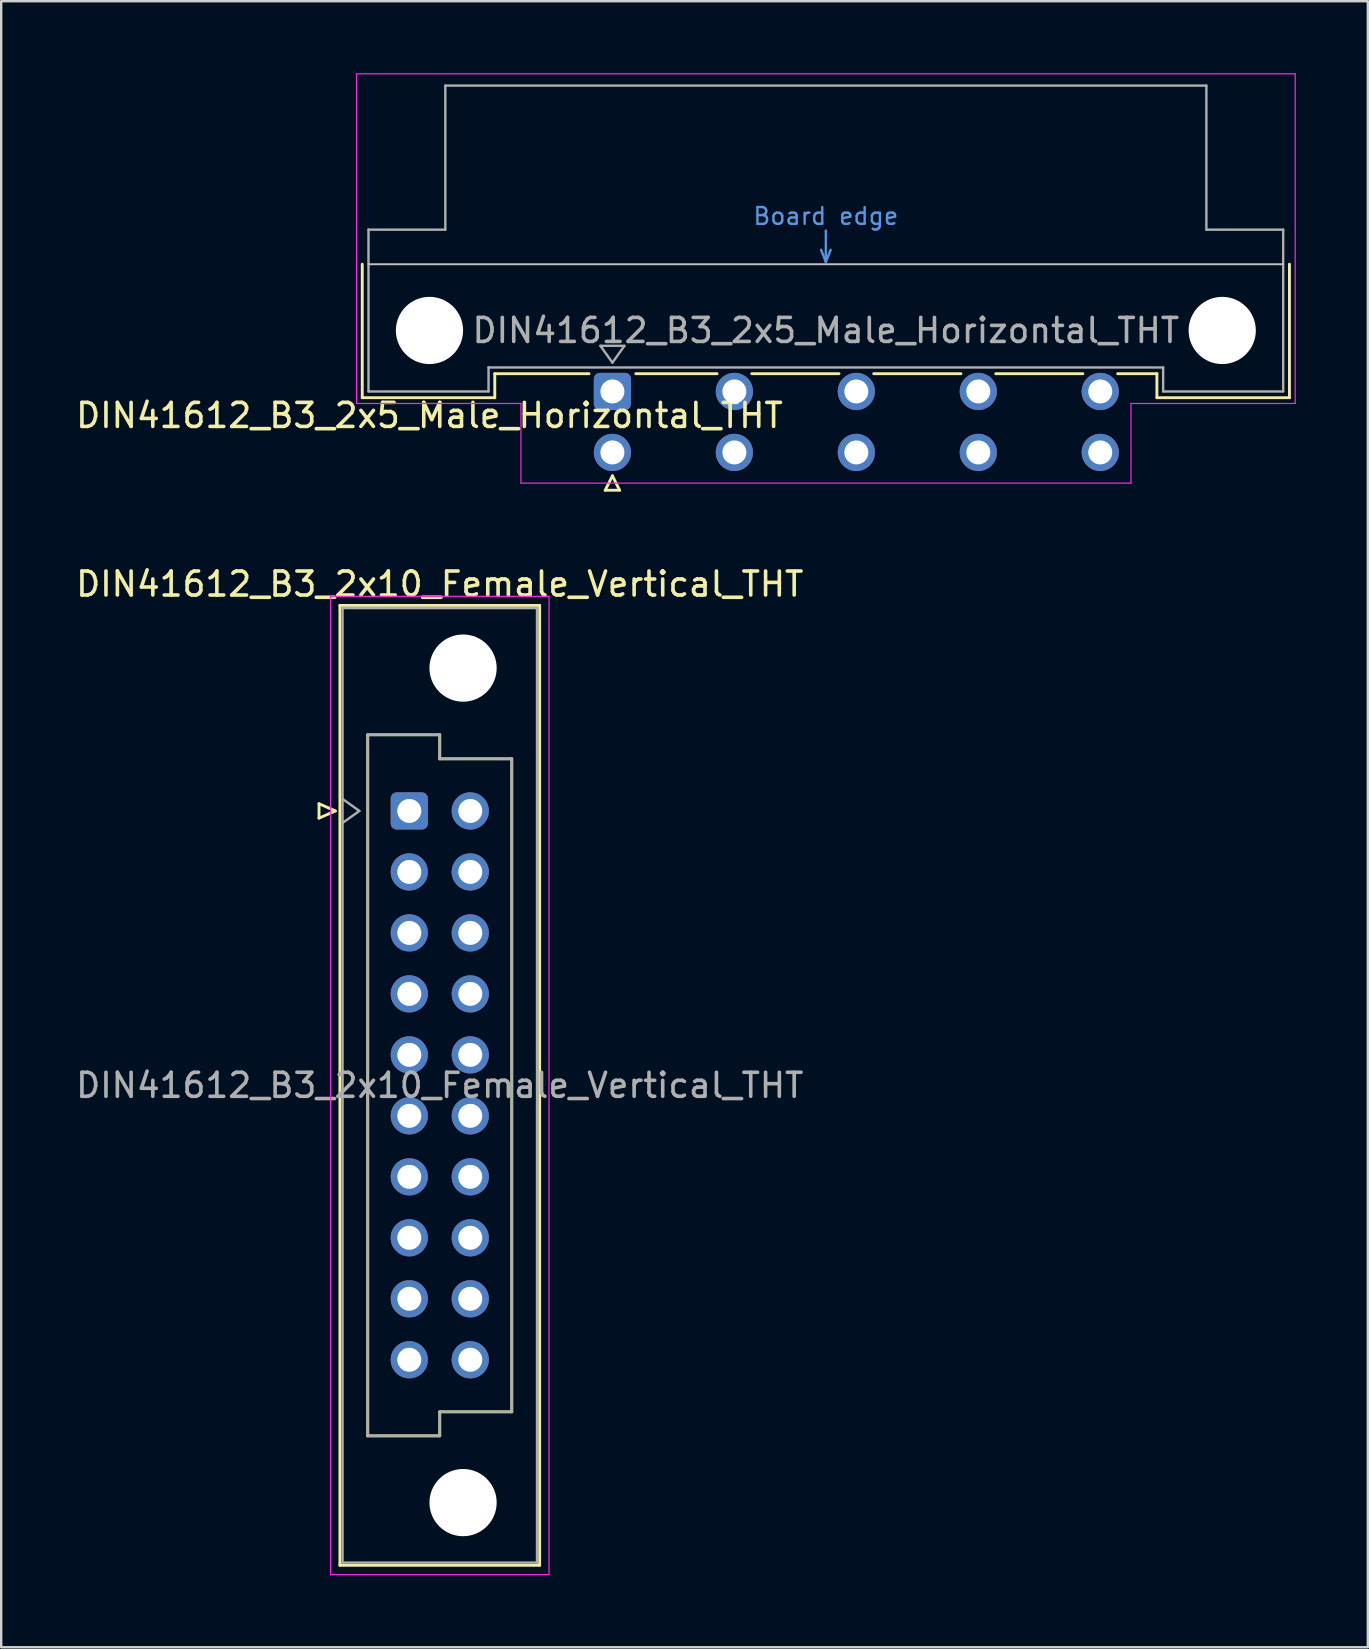
<source format=kicad_pcb>
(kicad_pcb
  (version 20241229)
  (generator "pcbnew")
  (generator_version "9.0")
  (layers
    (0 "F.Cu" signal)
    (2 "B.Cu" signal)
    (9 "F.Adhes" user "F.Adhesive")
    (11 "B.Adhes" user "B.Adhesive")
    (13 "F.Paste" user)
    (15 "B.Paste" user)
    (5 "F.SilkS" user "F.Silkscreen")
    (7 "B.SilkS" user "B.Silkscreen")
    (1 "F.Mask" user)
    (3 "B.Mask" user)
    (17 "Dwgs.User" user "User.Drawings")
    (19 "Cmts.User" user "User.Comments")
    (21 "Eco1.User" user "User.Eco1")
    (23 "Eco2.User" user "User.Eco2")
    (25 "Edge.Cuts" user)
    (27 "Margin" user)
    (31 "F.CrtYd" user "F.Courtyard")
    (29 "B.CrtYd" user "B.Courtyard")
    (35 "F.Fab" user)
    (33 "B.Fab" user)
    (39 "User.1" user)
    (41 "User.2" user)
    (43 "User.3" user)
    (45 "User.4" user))
  (footprint "DIN41612_B3_2x5_Male_Horizontal_THT"
    (layer "F.Cu")
    (at 19.919 13.255)
    (property "Reference" "DIN41612_B3_2x5_Male_Horizontal_THT" (at -5.08 1 0) (layer "F.SilkS") (effects (font (size 1 1) (thickness 0.15))))
    (attr through_hole)
    (fp_line (start -7.88 -5.3) (end -7.88 0.26) (stroke (width 0.12) (type solid)) (layer "F.SilkS"))
    (fp_line (start -7.88 0.26) (end -2.36 0.26) (stroke (width 0.12) (type solid)) (layer "F.SilkS"))
    (fp_line (start -2.361 -0.74) (end 1.565 -0.74) (stroke (width 0.12) (type solid)) (layer "F.SilkS"))
    (fp_line (start -2.36 0.26) (end -2.36 -0.74) (stroke (width 0.12) (type solid)) (layer "F.SilkS"))
    (fp_line (start 2.24 4.115) (end 2.84 4.115) (stroke (width 0.12) (type solid)) (layer "F.SilkS"))
    (fp_line (start 2.54 3.515) (end 2.24 4.115) (stroke (width 0.12) (type solid)) (layer "F.SilkS"))
    (fp_line (start 2.84 4.115) (end 2.54 3.515) (stroke (width 0.12) (type solid)) (layer "F.SilkS"))
    (fp_line (start 3.515 -0.74) (end 6.897 -0.74) (stroke (width 0.12) (type solid)) (layer "F.SilkS"))
    (fp_line (start 8.344 -0.74) (end 11.977 -0.74) (stroke (width 0.12) (type solid)) (layer "F.SilkS"))
    (fp_line (start 13.424 -0.74) (end 17.057 -0.74) (stroke (width 0.12) (type solid)) (layer "F.SilkS"))
    (fp_line (start 18.504 -0.74) (end 22.137 -0.74) (stroke (width 0.12) (type solid)) (layer "F.SilkS"))
    (fp_line (start 23.584 -0.74) (end 25.22 -0.74) (stroke (width 0.12) (type solid)) (layer "F.SilkS"))
    (fp_line (start 25.22 0.26) (end 25.22 -0.74) (stroke (width 0.12) (type solid)) (layer "F.SilkS"))
    (fp_line (start 30.74 -5.3) (end 30.74 0.26) (stroke (width 0.12) (type solid)) (layer "F.SilkS"))
    (fp_line (start 30.74 0.26) (end 25.22 0.26) (stroke (width 0.12) (type solid)) (layer "F.SilkS"))
    (fp_line (start -7.62 -5.3) (end 30.48 -5.3) (stroke (width 0.08) (type solid)) (layer "Dwgs.User"))
    (fp_line (start 11.23 -5.9) (end 11.43 -5.4) (stroke (width 0.1) (type solid)) (layer "Cmts.User"))
    (fp_line (start 11.43 -5.4) (end 11.43 -6.7) (stroke (width 0.1) (type solid)) (layer "Cmts.User"))
    (fp_line (start 11.43 -5.4) (end 11.63 -5.9) (stroke (width 0.1) (type solid)) (layer "Cmts.User"))
    (fp_line (start -8.12 -13.23) (end -8.12 0.5) (stroke (width 0.05) (type solid)) (layer "F.CrtYd"))
    (fp_line (start -8.12 0.5) (end -1.27 0.5) (stroke (width 0.05) (type solid)) (layer "F.CrtYd"))
    (fp_line (start -1.27 0.5) (end -1.27 3.82) (stroke (width 0.05) (type solid)) (layer "F.CrtYd"))
    (fp_line (start -1.27 3.82) (end 24.14 3.82) (stroke (width 0.05) (type solid)) (layer "F.CrtYd"))
    (fp_line (start 24.14 0.5) (end 30.98 0.5) (stroke (width 0.05) (type solid)) (layer "F.CrtYd"))
    (fp_line (start 24.14 3.82) (end 24.14 0.5) (stroke (width 0.05) (type solid)) (layer "F.CrtYd"))
    (fp_line (start 30.98 -13.23) (end -8.12 -13.23) (stroke (width 0.05) (type solid)) (layer "F.CrtYd"))
    (fp_line (start 30.98 0.5) (end 30.98 -13.23) (stroke (width 0.05) (type solid)) (layer "F.CrtYd"))
    (fp_line (start -7.62 -6.74) (end -7.62 0) (stroke (width 0.1) (type solid)) (layer "F.Fab"))
    (fp_line (start -7.62 0) (end -2.62 0) (stroke (width 0.1) (type solid)) (layer "F.Fab"))
    (fp_line (start -4.42 -12.74) (end -4.42 -6.74) (stroke (width 0.1) (type solid)) (layer "F.Fab"))
    (fp_line (start -4.42 -6.74) (end -7.62 -6.74) (stroke (width 0.1) (type solid)) (layer "F.Fab"))
    (fp_line (start -2.62 -1) (end 25.48 -1) (stroke (width 0.1) (type solid)) (layer "F.Fab"))
    (fp_line (start -2.62 0) (end -2.62 -1) (stroke (width 0.1) (type solid)) (layer "F.Fab"))
    (fp_line (start 2.04 -1.9) (end 3.04 -1.9) (stroke (width 0.1) (type solid)) (layer "F.Fab"))
    (fp_line (start 2.54 -1.2) (end 2.04 -1.9) (stroke (width 0.1) (type solid)) (layer "F.Fab"))
    (fp_line (start 3.04 -1.9) (end 2.54 -1.2) (stroke (width 0.1) (type solid)) (layer "F.Fab"))
    (fp_line (start 25.48 -1) (end 25.48 0) (stroke (width 0.1) (type solid)) (layer "F.Fab"))
    (fp_line (start 25.48 0) (end 30.48 0) (stroke (width 0.1) (type solid)) (layer "F.Fab"))
    (fp_line (start 27.28 -12.74) (end -4.42 -12.74) (stroke (width 0.1) (type solid)) (layer "F.Fab"))
    (fp_line (start 27.28 -6.74) (end 27.28 -12.74) (stroke (width 0.1) (type solid)) (layer "F.Fab"))
    (fp_line (start 30.48 -6.74) (end 27.28 -6.74) (stroke (width 0.1) (type solid)) (layer "F.Fab"))
    (fp_line (start 30.48 0) (end 30.48 -6.74) (stroke (width 0.1) (type solid)) (layer "F.Fab"))
    (fp_text user "Board edge" (at 11.43 -7.3 0) (layer "Cmts.User") (effects (font (size 0.7 0.7) (thickness 0.1))))
    (fp_text user "${REFERENCE}" (at 11.43 -2.54 0) (layer "F.Fab") (effects (font (size 1 1) (thickness 0.15))))
    (pad "" np_thru_hole circle (at -5.08 -2.54) (size 2.8 2.8) (drill 2.8) (layers "*.Cu" "*.Mask"))
    (pad "" np_thru_hole circle (at 27.94 -2.54) (size 2.8 2.8) (drill 2.8) (layers "*.Cu" "*.Mask"))
    (pad "a2" thru_hole roundrect (at 2.54 0) (size 1.55 1.55) (drill 1) (layers "*.Cu" "*.Mask") (roundrect_rratio 0.161))
    (pad "a4" thru_hole circle (at 7.62 0) (size 1.55 1.55) (drill 1) (layers "*.Cu" "*.Mask"))
    (pad "a6" thru_hole circle (at 12.7 0) (size 1.55 1.55) (drill 1) (layers "*.Cu" "*.Mask"))
    (pad "a8" thru_hole circle (at 17.78 0) (size 1.55 1.55) (drill 1) (layers "*.Cu" "*.Mask"))
    (pad "a10" thru_hole circle (at 22.86 0) (size 1.55 1.55) (drill 1) (layers "*.Cu" "*.Mask"))
    (pad "b2" thru_hole circle (at 2.54 2.54) (size 1.55 1.55) (drill 1) (layers "*.Cu" "*.Mask"))
    (pad "b4" thru_hole circle (at 7.62 2.54) (size 1.55 1.55) (drill 1) (layers "*.Cu" "*.Mask"))
    (pad "b6" thru_hole circle (at 12.7 2.54) (size 1.55 1.55) (drill 1) (layers "*.Cu" "*.Mask"))
    (pad "b8" thru_hole circle (at 17.78 2.54) (size 1.55 1.55) (drill 1) (layers "*.Cu" "*.Mask"))
    (pad "b10" thru_hole circle (at 22.86 2.54) (size 1.55 1.55) (drill 1) (layers "*.Cu" "*.Mask")))
  (footprint "DIN41612_B3_2x10_Female_Vertical_THT"
    (layer "F.Cu")
    (at 13.998 30.728)
    (property "Reference" "DIN41612_B3_2x10_Female_Vertical_THT" (at 1.27 -9.45 0) (layer "F.SilkS") (effects (font (size 1 1) (thickness 0.15))))
    (attr through_hole)
    (fp_line (start -3.76 -0.3) (end -3.76 0.3) (stroke (width 0.12) (type solid)) (layer "F.SilkS"))
    (fp_line (start -3.76 0.3) (end -3.08 0) (stroke (width 0.12) (type solid)) (layer "F.SilkS"))
    (fp_line (start -3.08 0) (end -3.76 -0.3) (stroke (width 0.12) (type solid)) (layer "F.SilkS"))
    (fp_line (start -2.89 -8.56) (end 5.43 -8.56) (stroke (width 0.12) (type solid)) (layer "F.SilkS"))
    (fp_line (start -2.89 31.42) (end -2.89 -8.56) (stroke (width 0.12) (type solid)) (layer "F.SilkS"))
    (fp_line (start -1.73 -3.17) (end 1.27 -3.17) (stroke (width 0.12) (type solid)) (layer "F.SilkS"))
    (fp_line (start -1.73 26.03) (end -1.73 -3.17) (stroke (width 0.12) (type solid)) (layer "F.SilkS"))
    (fp_line (start 1.27 -3.17) (end 1.27 -2.17) (stroke (width 0.12) (type solid)) (layer "F.SilkS"))
    (fp_line (start 1.27 -2.17) (end 4.27 -2.17) (stroke (width 0.12) (type solid)) (layer "F.SilkS"))
    (fp_line (start 1.27 25.03) (end 1.27 26.03) (stroke (width 0.12) (type solid)) (layer "F.SilkS"))
    (fp_line (start 1.27 26.03) (end -1.73 26.03) (stroke (width 0.12) (type solid)) (layer "F.SilkS"))
    (fp_line (start 4.27 -2.17) (end 4.27 25.03) (stroke (width 0.12) (type solid)) (layer "F.SilkS"))
    (fp_line (start 4.27 25.03) (end 1.27 25.03) (stroke (width 0.12) (type solid)) (layer "F.SilkS"))
    (fp_line (start 5.43 -8.56) (end 5.43 31.42) (stroke (width 0.12) (type solid)) (layer "F.SilkS"))
    (fp_line (start 5.43 31.42) (end -2.89 31.42) (stroke (width 0.12) (type solid)) (layer "F.SilkS"))
    (fp_line (start -3.28 -8.94) (end 5.82 -8.94) (stroke (width 0.05) (type solid)) (layer "F.CrtYd"))
    (fp_line (start -3.28 31.81) (end -3.28 -8.94) (stroke (width 0.05) (type solid)) (layer "F.CrtYd"))
    (fp_line (start 5.82 -8.94) (end 5.82 31.81) (stroke (width 0.05) (type solid)) (layer "F.CrtYd"))
    (fp_line (start 5.82 31.81) (end -3.28 31.81) (stroke (width 0.05) (type solid)) (layer "F.CrtYd"))
    (fp_line (start -2.78 -8.45) (end 5.32 -8.45) (stroke (width 0.1) (type solid)) (layer "F.Fab"))
    (fp_line (start -2.78 -0.5) (end -2.08 0) (stroke (width 0.1) (type solid)) (layer "F.Fab"))
    (fp_line (start -2.78 31.31) (end -2.78 -8.45) (stroke (width 0.1) (type solid)) (layer "F.Fab"))
    (fp_line (start -2.08 0) (end -2.78 0.5) (stroke (width 0.1) (type solid)) (layer "F.Fab"))
    (fp_line (start -1.73 -3.17) (end 1.27 -3.17) (stroke (width 0.1) (type solid)) (layer "F.Fab"))
    (fp_line (start -1.73 26.03) (end -1.73 -3.17) (stroke (width 0.1) (type solid)) (layer "F.Fab"))
    (fp_line (start 1.27 -3.17) (end 1.27 -2.17) (stroke (width 0.1) (type solid)) (layer "F.Fab"))
    (fp_line (start 1.27 -2.17) (end 4.27 -2.17) (stroke (width 0.1) (type solid)) (layer "F.Fab"))
    (fp_line (start 1.27 25.03) (end 1.27 26.03) (stroke (width 0.1) (type solid)) (layer "F.Fab"))
    (fp_line (start 1.27 26.03) (end -1.73 26.03) (stroke (width 0.1) (type solid)) (layer "F.Fab"))
    (fp_line (start 4.27 -2.17) (end 4.27 25.03) (stroke (width 0.1) (type solid)) (layer "F.Fab"))
    (fp_line (start 4.27 25.03) (end 1.27 25.03) (stroke (width 0.1) (type solid)) (layer "F.Fab"))
    (fp_line (start 5.32 -8.45) (end 5.32 31.31) (stroke (width 0.1) (type solid)) (layer "F.Fab"))
    (fp_line (start 5.32 31.31) (end -2.78 31.31) (stroke (width 0.1) (type solid)) (layer "F.Fab"))
    (fp_text user "${REFERENCE}" (at 1.27 11.43 0) (layer "F.Fab") (effects (font (size 1 1) (thickness 0.15))))
    (pad "" np_thru_hole circle (at 2.24 -5.95) (size 2.8 2.8) (drill 2.8) (layers "*.Cu" "*.Mask"))
    (pad "" np_thru_hole circle (at 2.24 28.81) (size 2.8 2.8) (drill 2.8) (layers "*.Cu" "*.Mask"))
    (pad "a1" thru_hole roundrect (at 0 0) (size 1.55 1.55) (drill 1) (layers "*.Cu" "*.Mask") (roundrect_rratio 0.161))
    (pad "a2" thru_hole circle (at 0 2.54) (size 1.55 1.55) (drill 1) (layers "*.Cu" "*.Mask"))
    (pad "a3" thru_hole circle (at 0 5.08) (size 1.55 1.55) (drill 1) (layers "*.Cu" "*.Mask"))
    (pad "a4" thru_hole circle (at 0 7.62) (size 1.55 1.55) (drill 1) (layers "*.Cu" "*.Mask"))
    (pad "a5" thru_hole circle (at 0 10.16) (size 1.55 1.55) (drill 1) (layers "*.Cu" "*.Mask"))
    (pad "a6" thru_hole circle (at 0 12.7) (size 1.55 1.55) (drill 1) (layers "*.Cu" "*.Mask"))
    (pad "a7" thru_hole circle (at 0 15.24) (size 1.55 1.55) (drill 1) (layers "*.Cu" "*.Mask"))
    (pad "a8" thru_hole circle (at 0 17.78) (size 1.55 1.55) (drill 1) (layers "*.Cu" "*.Mask"))
    (pad "a9" thru_hole circle (at 0 20.32) (size 1.55 1.55) (drill 1) (layers "*.Cu" "*.Mask"))
    (pad "a10" thru_hole circle (at 0 22.86) (size 1.55 1.55) (drill 1) (layers "*.Cu" "*.Mask"))
    (pad "b1" thru_hole circle (at 2.54 0) (size 1.55 1.55) (drill 1) (layers "*.Cu" "*.Mask"))
    (pad "b2" thru_hole circle (at 2.54 2.54) (size 1.55 1.55) (drill 1) (layers "*.Cu" "*.Mask"))
    (pad "b3" thru_hole circle (at 2.54 5.08) (size 1.55 1.55) (drill 1) (layers "*.Cu" "*.Mask"))
    (pad "b4" thru_hole circle (at 2.54 7.62) (size 1.55 1.55) (drill 1) (layers "*.Cu" "*.Mask"))
    (pad "b5" thru_hole circle (at 2.54 10.16) (size 1.55 1.55) (drill 1) (layers "*.Cu" "*.Mask"))
    (pad "b6" thru_hole circle (at 2.54 12.7) (size 1.55 1.55) (drill 1) (layers "*.Cu" "*.Mask"))
    (pad "b7" thru_hole circle (at 2.54 15.24) (size 1.55 1.55) (drill 1) (layers "*.Cu" "*.Mask"))
    (pad "b8" thru_hole circle (at 2.54 17.78) (size 1.55 1.55) (drill 1) (layers "*.Cu" "*.Mask"))
    (pad "b9" thru_hole circle (at 2.54 20.32) (size 1.55 1.55) (drill 1) (layers "*.Cu" "*.Mask"))
    (pad "b10" thru_hole circle (at 2.54 22.86) (size 1.55 1.55) (drill 1) (layers "*.Cu" "*.Mask")))
  (gr_rect
    (start -3 -3)
    (end 53.924 65.563)
    (stroke (width 0.1) (type default))
    (fill no)
    (layer "Edge.Cuts")))
</source>
